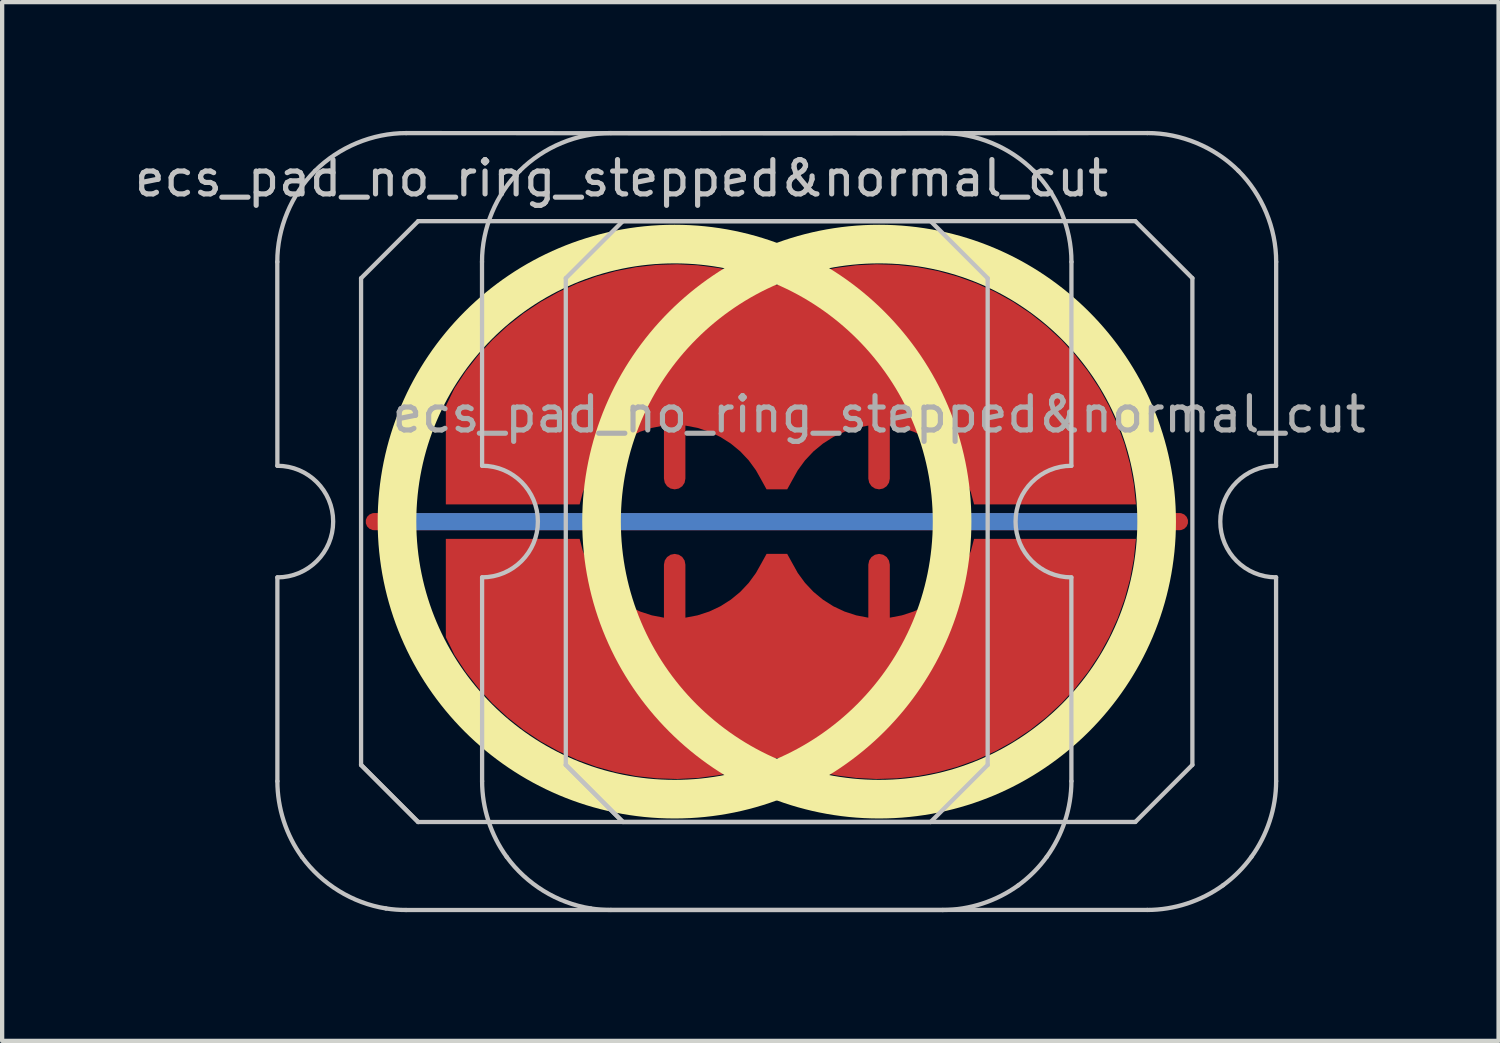
<source format=kicad_pcb>
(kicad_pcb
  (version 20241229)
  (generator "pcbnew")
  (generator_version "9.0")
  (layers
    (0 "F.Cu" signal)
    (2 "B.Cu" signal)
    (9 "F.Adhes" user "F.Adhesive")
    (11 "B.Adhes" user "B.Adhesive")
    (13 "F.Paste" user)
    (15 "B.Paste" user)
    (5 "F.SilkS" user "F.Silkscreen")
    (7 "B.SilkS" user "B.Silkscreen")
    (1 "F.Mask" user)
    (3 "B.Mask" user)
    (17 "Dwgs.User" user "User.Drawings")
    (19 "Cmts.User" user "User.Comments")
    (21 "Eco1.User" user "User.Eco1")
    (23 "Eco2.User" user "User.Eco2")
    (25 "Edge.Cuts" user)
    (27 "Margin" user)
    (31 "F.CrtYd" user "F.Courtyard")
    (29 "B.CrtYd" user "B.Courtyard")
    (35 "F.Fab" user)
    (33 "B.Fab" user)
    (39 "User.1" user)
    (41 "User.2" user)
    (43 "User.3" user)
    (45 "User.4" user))
  (footprint "ecs_pad_no_ring_stepped&normal_cut"
    (layer "F.Cu")
    (at 17.433 9.104)
    (property "Reference" "ecs_pad_no_ring_stepped&normal_cut" (at -6 -8 0) (layer "Dwgs.User") (effects (font (size 0.8 0.8) (thickness 0.12))))
    (attr smd)
    (fp_circle (center -4.766 0) (end 1.701 0) (stroke (width 0.9) (type solid)) (fill no) (layer "F.SilkS"))
    (fp_circle (center 0 0) (end 6.467 0) (stroke (width 0.9) (type solid)) (fill no) (layer "F.SilkS"))
    (fp_line (start -14.022 -6.052) (end -14.02 -1.301) (stroke (width 0.1) (type solid)) (layer "Dwgs.User"))
    (fp_line (start -14.02 1.299) (end -14.02 6.048) (stroke (width 0.1) (type solid)) (layer "Dwgs.User"))
    (fp_line (start -12.07 -5.671) (end -10.74 -7.001) (stroke (width 0.1) (type solid)) (layer "Dwgs.User"))
    (fp_line (start -12.07 5.669) (end -12.07 -5.671) (stroke (width 0.1) (type solid)) (layer "Dwgs.User"))
    (fp_line (start -12.07 5.669) (end -10.74 6.999) (stroke (width 0.1) (type solid)) (layer "Dwgs.User"))
    (fp_line (start -10.74 -7.001) (end 1.2 -7.001) (stroke (width 0.1) (type solid)) (layer "Dwgs.User"))
    (fp_line (start -10.74 6.999) (end -12.07 5.669) (stroke (width 0.1) (type solid)) (layer "Dwgs.User"))
    (fp_line (start -9.252 -6.052) (end -9.25 -1.302) (stroke (width 0.1) (type solid)) (layer "Dwgs.User"))
    (fp_line (start -9.25 1.298) (end -9.25 6.047) (stroke (width 0.1) (type solid)) (layer "Dwgs.User"))
    (fp_line (start -7.3 -5.672) (end -5.97 -7.002) (stroke (width 0.1) (type solid)) (layer "Dwgs.User"))
    (fp_line (start -7.3 5.668) (end -7.3 -5.672) (stroke (width 0.1) (type solid)) (layer "Dwgs.User"))
    (fp_line (start -7.3 5.668) (end -5.97 6.998) (stroke (width 0.1) (type solid)) (layer "Dwgs.User"))
    (fp_line (start -5.97 -7.002) (end 5.97 -7.002) (stroke (width 0.1) (type solid)) (layer "Dwgs.User"))
    (fp_line (start -5.97 6.998) (end -7.3 5.668) (stroke (width 0.1) (type solid)) (layer "Dwgs.User"))
    (fp_line (start 1.2 -7.001) (end 2.53 -5.671) (stroke (width 0.1) (type solid)) (layer "Dwgs.User"))
    (fp_line (start 1.2 6.999) (end -10.74 6.999) (stroke (width 0.1) (type solid)) (layer "Dwgs.User"))
    (fp_line (start 2.53 -5.671) (end 2.53 5.669) (stroke (width 0.1) (type solid)) (layer "Dwgs.User"))
    (fp_line (start 2.53 5.669) (end 1.2 6.999) (stroke (width 0.1) (type solid)) (layer "Dwgs.User"))
    (fp_line (start 4.48 1.299) (end 4.481 6.048) (stroke (width 0.1) (type solid)) (layer "Dwgs.User"))
    (fp_line (start 4.482 -6.052) (end 4.48 -1.301) (stroke (width 0.1) (type solid)) (layer "Dwgs.User"))
    (fp_line (start 5.97 -7.002) (end 7.3 -5.672) (stroke (width 0.1) (type solid)) (layer "Dwgs.User"))
    (fp_line (start 5.97 6.998) (end -5.97 6.998) (stroke (width 0.1) (type solid)) (layer "Dwgs.User"))
    (fp_line (start 7.3 -5.672) (end 7.3 5.668) (stroke (width 0.1) (type solid)) (layer "Dwgs.User"))
    (fp_line (start 7.3 5.668) (end 5.97 6.998) (stroke (width 0.1) (type solid)) (layer "Dwgs.User"))
    (fp_line (start 9.25 1.298) (end 9.251 6.047) (stroke (width 0.1) (type solid)) (layer "Dwgs.User"))
    (fp_line (start 9.252 -6.052) (end 9.25 -1.302) (stroke (width 0.1) (type solid)) (layer "Dwgs.User"))
    (fp_arc (start -14.020059 -1.301143) (mid -12.720059 -0.001143) (end -14.020059 1.298857) (stroke (width 0.1) (type solid)) (layer "Dwgs.User"))
    (fp_arc (start -9.25 -1.302) (mid -7.95 -0.002) (end -9.25 1.298) (stroke (width 0.1) (type solid)) (layer "Dwgs.User"))
    (fp_arc (start 4.479941 1.298857) (mid 3.17994 -0.001142) (end 4.479941 -1.301143) (stroke (width 0.1) (type solid)) (layer "Dwgs.User"))
    (fp_arc (start 9.25 1.298) (mid 7.949999 -0.001999) (end 9.25 -1.302) (stroke (width 0.1) (type solid)) (layer "Dwgs.User"))
    (fp_curve (pts (xy -14.02 6.048) (xy -14.02 6.676) (xy -13.816 7.305) (xy -13.447 7.813)) (stroke (width 0.1) (type solid)) (layer "Dwgs.User"))
    (fp_curve (pts (xy -13.447 7.813) (xy -12.986 8.447) (xy -12.266 8.892) (xy -11.49 9.013)) (stroke (width 0.1) (type solid)) (layer "Dwgs.User"))
    (fp_curve (pts (xy -13.142 -8.173) (xy -13.696 -7.619) (xy -14.024 -6.837) (xy -14.022 -6.052)) (stroke (width 0.1) (type solid)) (layer "Dwgs.User"))
    (fp_curve (pts (xy -11.49 9.013) (xy -11.334 9.038) (xy -11.177 9.049) (xy -11.02 9.049)) (stroke (width 0.1) (type solid)) (layer "Dwgs.User"))
    (fp_curve (pts (xy -11.02 9.049) (xy -6.888 9.051) (xy -2.653 9.049) (xy 1.48 9.049)) (stroke (width 0.1) (type solid)) (layer "Dwgs.User"))
    (fp_curve (pts (xy -11.02 -9.053) (xy -11.805 -9.054) (xy -12.587 -8.727) (xy -13.142 -8.173)) (stroke (width 0.1) (type solid)) (layer "Dwgs.User"))
    (fp_curve (pts (xy -9.25 6.047) (xy -9.25 6.675) (xy -9.046 7.305) (xy -8.677 7.812)) (stroke (width 0.1) (type solid)) (layer "Dwgs.User"))
    (fp_curve (pts (xy -8.677 7.812) (xy -8.215 8.447) (xy -7.496 8.891) (xy -6.72 9.013)) (stroke (width 0.1) (type solid)) (layer "Dwgs.User"))
    (fp_curve (pts (xy -8.372 -8.174) (xy -8.926 -7.62) (xy -9.254 -6.838) (xy -9.252 -6.052)) (stroke (width 0.1) (type solid)) (layer "Dwgs.User"))
    (fp_curve (pts (xy -6.72 9.013) (xy -6.564 9.037) (xy -6.407 9.048) (xy -6.25 9.048)) (stroke (width 0.1) (type solid)) (layer "Dwgs.User"))
    (fp_curve (pts (xy -6.25 9.048) (xy -2.118 9.05) (xy 2.117 9.048) (xy 6.25 9.048)) (stroke (width 0.1) (type solid)) (layer "Dwgs.User"))
    (fp_curve (pts (xy -6.25 -9.054) (xy -7.035 -9.055) (xy -7.817 -8.728) (xy -8.372 -8.174)) (stroke (width 0.1) (type solid)) (layer "Dwgs.User"))
    (fp_curve (pts (xy 1.48 -9.053) (xy -2.654 -9.048) (xy -6.886 -9.048) (xy -11.02 -9.053)) (stroke (width 0.1) (type solid)) (layer "Dwgs.User"))
    (fp_curve (pts (xy 1.48 9.049) (xy 2.108 9.049) (xy 2.734 8.843) (xy 3.243 8.475)) (stroke (width 0.1) (type solid)) (layer "Dwgs.User"))
    (fp_curve (pts (xy 3.243 8.475) (xy 3.497 8.29) (xy 3.722 8.065) (xy 3.906 7.811)) (stroke (width 0.1) (type solid)) (layer "Dwgs.User"))
    (fp_curve (pts (xy 3.601 -8.173) (xy 3.047 -8.727) (xy 2.265 -9.054) (xy 1.48 -9.053)) (stroke (width 0.1) (type solid)) (layer "Dwgs.User"))
    (fp_curve (pts (xy 3.906 7.811) (xy 4.275 7.302) (xy 4.481 6.677) (xy 4.481 6.048)) (stroke (width 0.1) (type solid)) (layer "Dwgs.User"))
    (fp_curve (pts (xy 4.482 -6.052) (xy 4.484 -6.837) (xy 4.156 -7.619) (xy 3.601 -8.173)) (stroke (width 0.1) (type solid)) (layer "Dwgs.User"))
    (fp_curve (pts (xy 6.25 -9.054) (xy 2.116 -9.048) (xy -2.116 -9.048) (xy -6.25 -9.054)) (stroke (width 0.1) (type solid)) (layer "Dwgs.User"))
    (fp_curve (pts (xy 6.25 9.048) (xy 6.878 9.048) (xy 7.504 8.842) (xy 8.013 8.474)) (stroke (width 0.1) (type solid)) (layer "Dwgs.User"))
    (fp_curve (pts (xy 8.013 8.474) (xy 8.267 8.289) (xy 8.492 8.064) (xy 8.676 7.81)) (stroke (width 0.1) (type solid)) (layer "Dwgs.User"))
    (fp_curve (pts (xy 8.372 -8.174) (xy 7.817 -8.728) (xy 7.035 -9.055) (xy 6.25 -9.054)) (stroke (width 0.1) (type solid)) (layer "Dwgs.User"))
    (fp_curve (pts (xy 8.676 7.81) (xy 9.045 7.301) (xy 9.251 6.676) (xy 9.251 6.047)) (stroke (width 0.1) (type solid)) (layer "Dwgs.User"))
    (fp_curve (pts (xy 9.252 -6.052) (xy 9.254 -6.838) (xy 8.926 -7.62) (xy 8.372 -8.174)) (stroke (width 0.1) (type solid)) (layer "Dwgs.User"))
    (fp_text user "${REFERENCE}" (at 0 -2.5 0) (layer "F.Fab") (effects (font (size 0.8 0.8) (thickness 0.12))))
    (pad "1" smd custom (at -4.763 -1.002 180) (size 0.169 0.169) (layers "F.Cu") (options (anchor circle)) (primitives (gr_poly (pts (xy 0.231 -0.096) (xy 0.177 -0.177) (xy 0.096 -0.231) (xy 0 -0.25) (xy -0.096 -0.231) (xy -0.177 -0.177) (xy -0.231 -0.096) (xy -0.25 0) (xy -0.25 1.236) (xy -0.532 1.182) (xy -0.805 1.093) (xy -1.064 0.971) (xy -1.307 0.817) (xy -1.528 0.635) (xy -1.725 0.426) (xy -1.894 0.194) (xy -2.034 -0.056) (xy -2.141 -0.25) (xy -2.622 -0.25) (xy -2.729 -0.056) (xy -2.868 0.194) (xy -3.038 0.426) (xy -3.235 0.635) (xy -3.456 0.817) (xy -3.698 0.971) (xy -3.958 1.093) (xy -4.231 1.182) (xy -4.512 1.236) (xy -4.512 0) (xy -4.532 -0.096) (xy -4.586 -0.177) (xy -4.667 -0.231) (xy -4.763 -0.25) (xy -4.858 -0.231) (xy -4.939 -0.177) (xy -4.993 -0.096) (xy -5.013 0) (xy -5.013 1.236) (xy -5.294 1.182) (xy -5.567 1.093) (xy -5.827 0.971) (xy -6.069 0.817) (xy -6.29 0.635) (xy -6.487 0.426) (xy -6.657 0.194) (xy -6.796 -0.056) (xy -6.903 -0.323) (xy -6.976 -0.6) (xy -10.748 -0.6) (xy -10.697 -0.125) (xy -10.609 0.344) (xy -10.483 0.805) (xy -10.321 1.255) (xy -10.123 1.69) (xy -9.892 2.108) (xy -9.628 2.506) (xy -9.333 2.882) (xy -9.01 3.233) (xy -8.659 3.557) (xy -8.284 3.853) (xy -7.886 4.118) (xy -7.469 4.35) (xy -7.034 4.548) (xy -6.585 4.711) (xy -6.125 4.838) (xy -5.655 4.928) (xy -5.18 4.98) (xy -4.703 4.995) (xy -4.226 4.971) (xy -3.752 4.909) (xy -3.285 4.81) (xy -2.827 4.674) (xy -2.381 4.502) (xy -1.936 4.674) (xy -1.478 4.81) (xy -1.01 4.909) (xy -0.537 4.971) (xy -0.06 4.995) (xy 0.418 4.98) (xy 0.893 4.928) (xy 1.362 4.838) (xy 1.823 4.711) (xy 2.272 4.548) (xy 2.706 4.35) (xy 3.124 4.118) (xy 3.521 3.853) (xy 3.897 3.557) (xy 4.247 3.233) (xy 4.571 2.882) (xy 4.866 2.506) (xy 5.129 2.108) (xy 5.332 1.69) (xy 5.332 -0.6) (xy 2.214 -0.6) (xy 2.141 -0.323) (xy 2.034 -0.056) (xy 1.894 0.194) (xy 1.725 0.426) (xy 1.528 0.635) (xy 1.307 0.817) (xy 1.064 0.971) (xy 0.805 1.093) (xy 0.532 1.182) (xy 0.25 1.236) (xy 0.25 0)) (width 0) (fill yes))))
    (pad "2" smd custom (at -4.763 1.002) (size 0.169 0.169) (layers "F.Cu") (options (anchor circle)) (primitives (gr_poly (pts (xy -0.231 -0.096) (xy -0.177 -0.177) (xy -0.096 -0.231) (xy 0 -0.25) (xy 0.096 -0.231) (xy 0.177 -0.177) (xy 0.231 -0.096) (xy 0.25 0) (xy 0.25 1.236) (xy 0.532 1.182) (xy 0.805 1.093) (xy 1.064 0.971) (xy 1.307 0.817) (xy 1.528 0.635) (xy 1.725 0.426) (xy 1.894 0.194) (xy 2.034 -0.056) (xy 2.141 -0.25) (xy 2.622 -0.25) (xy 2.729 -0.056) (xy 2.868 0.194) (xy 3.038 0.426) (xy 3.235 0.635) (xy 3.456 0.817) (xy 3.698 0.971) (xy 3.958 1.093) (xy 4.231 1.182) (xy 4.512 1.236) (xy 4.512 0) (xy 4.532 -0.096) (xy 4.586 -0.177) (xy 4.667 -0.231) (xy 4.763 -0.25) (xy 4.858 -0.231) (xy 4.939 -0.177) (xy 4.993 -0.096) (xy 5.013 0) (xy 5.013 1.236) (xy 5.294 1.182) (xy 5.567 1.093) (xy 5.827 0.971) (xy 6.069 0.817) (xy 6.29 0.635) (xy 6.487 0.426) (xy 6.657 0.194) (xy 6.796 -0.056) (xy 6.903 -0.323) (xy 6.976 -0.6) (xy 10.748 -0.6) (xy 10.697 -0.125) (xy 10.609 0.344) (xy 10.483 0.805) (xy 10.321 1.255) (xy 10.123 1.69) (xy 9.892 2.108) (xy 9.628 2.506) (xy 9.333 2.882) (xy 9.01 3.233) (xy 8.659 3.557) (xy 8.284 3.853) (xy 7.886 4.118) (xy 7.469 4.35) (xy 7.034 4.548) (xy 6.585 4.711) (xy 6.125 4.838) (xy 5.655 4.928) (xy 5.18 4.98) (xy 4.703 4.995) (xy 4.226 4.971) (xy 3.752 4.909) (xy 3.285 4.81) (xy 2.827 4.674) (xy 2.381 4.502) (xy 1.936 4.674) (xy 1.478 4.81) (xy 1.01 4.909) (xy 0.537 4.971) (xy 0.06 4.995) (xy -0.418 4.98) (xy -0.893 4.928) (xy -1.362 4.838) (xy -1.823 4.711) (xy -2.272 4.548) (xy -2.706 4.35) (xy -3.124 4.118) (xy -3.521 3.853) (xy -3.897 3.557) (xy -4.247 3.233) (xy -4.571 2.882) (xy -4.866 2.506) (xy -5.129 2.108) (xy -5.332 1.69) (xy -5.332 -0.6) (xy -2.214 -0.6) (xy -2.141 -0.323) (xy -2.034 -0.056) (xy -1.894 0.194) (xy -1.725 0.426) (xy -1.528 0.635) (xy -1.307 0.817) (xy -1.064 0.971) (xy -0.805 1.093) (xy -0.532 1.182) (xy -0.25 1.236) (xy -0.25 0)) (width 0) (fill yes))))
    (pad "3" smd custom (at 0 0 90) (size 0.4 0.4) (layers "F.Cu") (options (anchor rect)) (primitives (gr_line (start 0 -11.763) (end 0 7) (width 0.4))))
    (pad "3" smd custom (at 0 0 90) (size 0.4 0.4) (layers "B.Cu") (options (anchor rect)) (primitives (gr_line (start 0 -11.263) (end 0 6.5) (width 0.4))))
    (zone (net_name "") (layer "F.Cu") (hatch edge 0.508) (connect_pads) (min_thickness 0.254) (filled_areas_thickness no) (keepout (tracks allowed) (vias allowed) (pads allowed) (copperpour not_allowed) (footprints allowed)) (placement (enabled no)) (fill) (polygon (pts (xy 12.67 16.109) (xy 13.183 16.09) (xy 13.694 16.033) (xy 14.198 15.94) (xy 14.695 15.81) (xy 15.181 15.643) (xy 15.653 15.442) (xy 16.109 15.206) (xy 16.547 14.938) (xy 16.964 14.639) (xy 17.358 14.309) (xy 17.726 13.952) (xy 18.068 13.569) (xy 18.38 13.162) (xy 18.662 12.732) (xy 18.912 12.284) (xy 19.128 11.818) (xy 19.309 11.338) (xy 19.455 10.846) (xy 19.565 10.344) (xy 19.637 9.836) (xy 19.672 9.324) (xy 19.669 8.81) (xy 19.629 8.299) (xy 19.551 7.791) (xy 19.437 7.291) (xy 19.286 6.8) (xy 19.099 6.322) (xy 18.878 5.858) (xy 18.624 5.412) (xy 18.337 4.986) (xy 18.021 4.582) (xy 17.675 4.203) (xy 17.303 3.849) (xy 16.905 3.524) (xy 16.485 3.229) (xy 16.045 2.965) (xy 15.586 2.735) (xy 15.112 2.538) (xy 14.625 2.377) (xy 14.127 2.252) (xy 13.621 2.164) (xy 13.11 2.113) (xy 12.597 2.099) (xy 12.084 2.123) (xy 11.575 2.185) (xy 11.071 2.284) (xy 10.576 2.419) (xy 10.092 2.591) (xy 9.622 2.797) (xy 9.168 3.037) (xy 8.733 3.31) (xy 8.319 3.614) (xy 7.929 3.947) (xy 7.564 4.309) (xy 7.227 4.695) (xy 6.918 5.106) (xy 6.641 5.538) (xy 6.396 5.989) (xy 6.185 6.457) (xy 6.008 6.939) (xy 5.868 7.433) (xy 5.764 7.936) (xy 5.697 8.444) (xy 5.667 8.957) (xy 5.675 9.47) (xy 5.721 9.982) (xy 5.804 10.488) (xy 5.923 10.987) (xy 6.08 11.477) (xy 6.271 11.953) (xy 6.497 12.414) (xy 6.756 12.857) (xy 7.047 13.28) (xy 7.368 13.681) (xy 7.717 14.057) (xy 8.093 14.406) (xy 8.494 14.727) (xy 8.917 15.018) (xy 9.36 15.277) (xy 9.821 15.503) (xy 10.298 15.694) (xy 10.787 15.851) (xy 11.286 15.97) (xy 11.792 16.053) (xy 12.304 16.099))))
    (zone (net_name "") (layer "F.Cu") (hatch edge 0.508) (connect_pads) (min_thickness 0.254) (filled_areas_thickness no) (keepout (tracks allowed) (vias allowed) (pads allowed) (copperpour not_allowed) (footprints allowed)) (placement (enabled no)) (fill) (polygon (pts (xy 17.433 2.097) (xy 16.92 2.116) (xy 16.41 2.172) (xy 15.905 2.266) (xy 15.409 2.396) (xy 14.923 2.562) (xy 14.451 2.763) (xy 13.995 2.999) (xy 13.557 3.267) (xy 13.14 3.567) (xy 12.746 3.896) (xy 12.377 4.253) (xy 12.036 4.637) (xy 11.723 5.044) (xy 11.442 5.473) (xy 11.192 5.922) (xy 10.976 6.387) (xy 10.794 6.867) (xy 10.649 7.36) (xy 10.539 7.861) (xy 10.467 8.37) (xy 10.432 8.882) (xy 10.435 9.395) (xy 10.475 9.907) (xy 10.553 10.414) (xy 10.667 10.915) (xy 10.818 11.405) (xy 11.005 11.884) (xy 11.226 12.347) (xy 11.48 12.793) (xy 11.766 13.219) (xy 12.083 13.623) (xy 12.429 14.003) (xy 12.801 14.356) (xy 13.198 14.681) (xy 13.618 14.977) (xy 14.059 15.24) (xy 14.517 15.471) (xy 14.992 15.667) (xy 15.479 15.828) (xy 15.977 15.954) (xy 16.483 16.042) (xy 16.993 16.093) (xy 17.507 16.106) (xy 18.019 16.082) (xy 18.529 16.02) (xy 19.033 15.922) (xy 19.528 15.786) (xy 20.012 15.615) (xy 20.482 15.408) (xy 20.936 15.168) (xy 21.371 14.895) (xy 21.784 14.591) (xy 22.175 14.258) (xy 22.54 13.897) (xy 22.877 13.51) (xy 23.185 13.1) (xy 23.463 12.668) (xy 23.708 12.216) (xy 23.919 11.748) (xy 24.095 11.266) (xy 24.236 10.773) (xy 24.34 10.27) (xy 24.407 9.761) (xy 24.437 9.248) (xy 24.429 8.735) (xy 24.383 8.224) (xy 24.3 7.717) (xy 24.18 7.218) (xy 24.024 6.729) (xy 23.833 6.253) (xy 23.607 5.792) (xy 23.348 5.348) (xy 23.057 4.925) (xy 22.736 4.525) (xy 22.387 4.148) (xy 22.01 3.799) (xy 21.61 3.478) (xy 21.187 3.187) (xy 20.744 2.928) (xy 20.282 2.702) (xy 19.806 2.511) (xy 19.317 2.355) (xy 18.818 2.235) (xy 18.311 2.152) (xy 17.8 2.106))))
    (zone (net_name "") (layer "B.Cu") (hatch edge 0.508) (connect_pads) (min_thickness 0.254) (filled_areas_thickness no) (keepout (tracks allowed) (vias allowed) (pads allowed) (copperpour not_allowed) (footprints allowed)) (placement (enabled no)) (fill) (polygon (pts (xy 12.67 15.662) (xy 13.185 15.642) (xy 13.696 15.581) (xy 14.201 15.481) (xy 14.697 15.341) (xy 15.18 15.163) (xy 15.648 14.947) (xy 16.097 14.696) (xy 16.525 14.409) (xy 16.93 14.091) (xy 17.308 13.741) (xy 17.657 13.363) (xy 17.976 12.959) (xy 18.262 12.53) (xy 18.514 12.081) (xy 18.729 11.613) (xy 18.908 11.13) (xy 19.047 10.635) (xy 19.148 10.13) (xy 19.208 9.618) (xy 19.229 9.104) (xy 19.208 8.589) (xy 19.148 8.078) (xy 19.047 7.573) (xy 18.908 7.077) (xy 18.729 6.594) (xy 18.514 6.126) (xy 18.262 5.677) (xy 17.976 5.249) (xy 17.657 4.844) (xy 17.308 4.466) (xy 16.93 4.117) (xy 16.525 3.798) (xy 16.097 3.512) (xy 15.648 3.26) (xy 15.18 3.045) (xy 14.697 2.866) (xy 14.201 2.727) (xy 13.696 2.626) (xy 13.185 2.566) (xy 12.67 2.545) (xy 12.156 2.566) (xy 11.644 2.626) (xy 11.139 2.727) (xy 10.644 2.866) (xy 10.161 3.045) (xy 9.693 3.26) (xy 9.244 3.512) (xy 8.815 3.798) (xy 8.411 4.117) (xy 8.033 4.466) (xy 7.683 4.844) (xy 7.365 5.249) (xy 7.079 5.677) (xy 6.827 6.126) (xy 6.611 6.594) (xy 6.433 7.077) (xy 6.293 7.573) (xy 6.193 8.078) (xy 6.132 8.589) (xy 6.112 9.104) (xy 6.132 9.618) (xy 6.193 10.13) (xy 6.293 10.635) (xy 6.433 11.13) (xy 6.611 11.613) (xy 6.827 12.081) (xy 7.079 12.53) (xy 7.365 12.959) (xy 7.683 13.363) (xy 8.033 13.741) (xy 8.411 14.091) (xy 8.815 14.409) (xy 9.244 14.696) (xy 9.693 14.947) (xy 10.161 15.163) (xy 10.644 15.341) (xy 11.139 15.481) (xy 11.644 15.581) (xy 12.156 15.642))))
    (zone (net_name "") (layer "B.Cu") (hatch edge 0.508) (connect_pads) (min_thickness 0.254) (filled_areas_thickness no) (keepout (tracks allowed) (vias allowed) (pads allowed) (copperpour not_allowed) (footprints allowed)) (placement (enabled no)) (fill) (polygon (pts (xy 17.433 2.543) (xy 16.919 2.564) (xy 16.407 2.624) (xy 15.902 2.725) (xy 15.407 2.864) (xy 14.924 3.043) (xy 14.456 3.258) (xy 14.007 3.51) (xy 13.578 3.796) (xy 13.174 4.115) (xy 12.796 4.464) (xy 12.446 4.842) (xy 12.128 5.247) (xy 11.842 5.675) (xy 11.59 6.124) (xy 11.374 6.592) (xy 11.196 7.075) (xy 11.056 7.571) (xy 10.956 8.076) (xy 10.895 8.587) (xy 10.875 9.102) (xy 10.895 9.616) (xy 10.956 10.128) (xy 11.056 10.633) (xy 11.196 11.128) (xy 11.374 11.611) (xy 11.59 12.079) (xy 11.842 12.528) (xy 12.128 12.957) (xy 12.446 13.361) (xy 12.796 13.739) (xy 13.174 14.089) (xy 13.578 14.407) (xy 14.007 14.694) (xy 14.456 14.945) (xy 14.924 15.161) (xy 15.407 15.339) (xy 15.902 15.479) (xy 16.407 15.579) (xy 16.919 15.64) (xy 17.433 15.66) (xy 17.948 15.64) (xy 18.459 15.579) (xy 18.964 15.479) (xy 19.46 15.339) (xy 19.943 15.161) (xy 20.411 14.945) (xy 20.86 14.694) (xy 21.288 14.407) (xy 21.693 14.089) (xy 22.071 13.739) (xy 22.42 13.361) (xy 22.739 12.957) (xy 23.025 12.528) (xy 23.277 12.079) (xy 23.492 11.611) (xy 23.671 11.128) (xy 23.81 10.633) (xy 23.911 10.128) (xy 23.971 9.616) (xy 23.992 9.102) (xy 23.971 8.587) (xy 23.911 8.076) (xy 23.81 7.571) (xy 23.671 7.075) (xy 23.492 6.592) (xy 23.277 6.124) (xy 23.025 5.675) (xy 22.739 5.247) (xy 22.42 4.842) (xy 22.071 4.464) (xy 21.693 4.115) (xy 21.288 3.796) (xy 20.86 3.51) (xy 20.411 3.258) (xy 19.943 3.043) (xy 19.46 2.864) (xy 18.964 2.725) (xy 18.459 2.624) (xy 17.948 2.564)))))
  (gr_rect
    (start -3 -3)
    (end 31.867 21.203)
    (stroke (width 0.1) (type default))
    (fill no)
    (layer "Edge.Cuts")))
</source>
